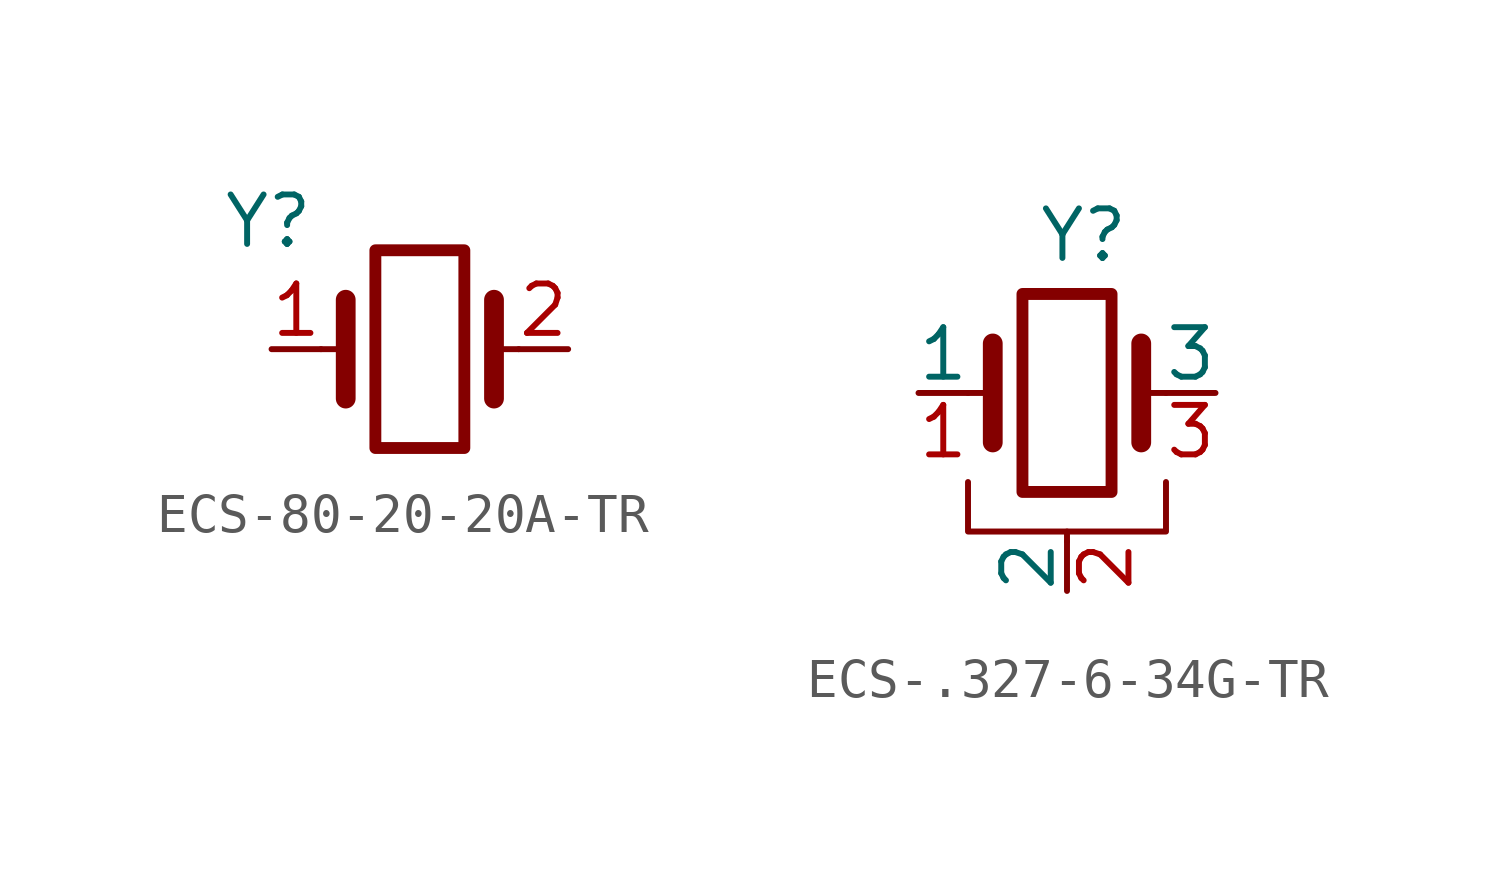
<source format=kicad_sym>
(kicad_symbol_lib
  (version 20231120)
  (generator "kicad_symbol_editor")
  (generator_version "8.0")
  (symbol "ECS-80-20-20A-TR"
    (pin_names
      (offset 0) hide)
    (property "Reference" "Y"
      (at -5.083 2.541 0)
      (effects (font (size 1.27 1.27)) (justify left bottom)))
    (symbol "ECS-80-20-20A-TR_0_1"
      (rectangle (start -1.143 2.54) (end 1.143 -2.54) (stroke (width 0.305) (type default)) (fill (type none)))
      (polyline (pts (xy -2.54 0) (xy -1.905 0)) (stroke (width 0) (type default)) (fill (type none)))
      (polyline (pts (xy -1.905 -1.27) (xy -1.905 1.27)) (stroke (width 0.508) (type default)) (fill (type none)))
      (polyline (pts (xy 1.905 -1.27) (xy 1.905 1.27)) (stroke (width 0.508) (type default)) (fill (type none)))
      (polyline (pts (xy 2.54 0) (xy 1.905 0)) (stroke (width 0) (type default)) (fill (type none))))
    (symbol "ECS-80-20-20A-TR_1_1"
      (pin passive line (at -3.81 0 0) (length 1.27) (name "1" (effects (font (size 1.27 1.27)))) (number "1" (effects (font (size 1.27 1.27)))))
      (pin passive line (at 3.81 0 180) (length 1.27) (name "2" (effects (font (size 1.27 1.27)))) (number "2" (effects (font (size 1.27 1.27)))))))
  (symbol "ECS-.327-6-34G-TR"
    (pin_names
      (offset 0))
    (property "Reference" "Y"
      (at -0.762 3.302 0)
      (effects (font (size 1.27 1.27)) (justify left bottom)))
    (symbol "ECS-.327-6-34G-TR_0_1"
      (rectangle (start -1.143 2.54) (end 1.143 -2.54) (stroke (width 0.305) (type default)) (fill (type none)))
      (polyline (pts (xy -2.54 0) (xy -1.905 0)) (stroke (width 0) (type default)) (fill (type none)))
      (polyline (pts (xy -1.905 -1.27) (xy -1.905 1.27)) (stroke (width 0.508) (type default)) (fill (type none)))
      (polyline (pts (xy 0 -3.81) (xy 0 -3.556)) (stroke (width 0) (type default)) (fill (type none)))
      (polyline (pts (xy 1.905 0) (xy 2.54 0)) (stroke (width 0) (type default)) (fill (type none)))
      (polyline (pts (xy 1.905 1.27) (xy 1.905 -1.27)) (stroke (width 0.508) (type default)) (fill (type none)))
      (polyline (pts (xy -2.54 -2.286) (xy -2.54 -3.556) (xy 2.54 -3.556) (xy 2.54 -2.286)) (stroke (width 0) (type default)) (fill (type none))))
    (symbol "ECS-.327-6-34G-TR_1_1"
      (pin passive line (at -3.81 0 0) (length 1.27) (name "1" (effects (font (size 1.27 1.27)))) (number "1" (effects (font (size 1.27 1.27)))))
      (pin passive line (at 0 -5.08 90) (length 1.27) (name "2" (effects (font (size 1.27 1.27)))) (number "2" (effects (font (size 1.27 1.27)))))
      (pin passive line (at 3.81 0 180) (length 1.27) (name "3" (effects (font (size 1.27 1.27)))) (number "3" (effects (font (size 1.27 1.27))))))))
</source>
